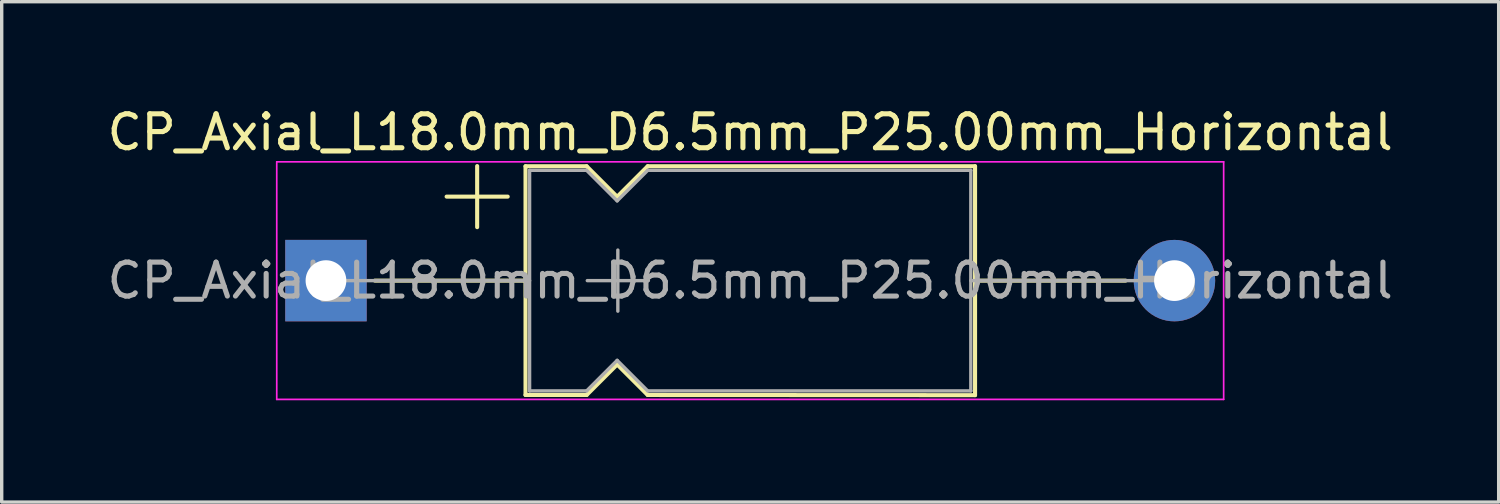
<source format=kicad_pcb>
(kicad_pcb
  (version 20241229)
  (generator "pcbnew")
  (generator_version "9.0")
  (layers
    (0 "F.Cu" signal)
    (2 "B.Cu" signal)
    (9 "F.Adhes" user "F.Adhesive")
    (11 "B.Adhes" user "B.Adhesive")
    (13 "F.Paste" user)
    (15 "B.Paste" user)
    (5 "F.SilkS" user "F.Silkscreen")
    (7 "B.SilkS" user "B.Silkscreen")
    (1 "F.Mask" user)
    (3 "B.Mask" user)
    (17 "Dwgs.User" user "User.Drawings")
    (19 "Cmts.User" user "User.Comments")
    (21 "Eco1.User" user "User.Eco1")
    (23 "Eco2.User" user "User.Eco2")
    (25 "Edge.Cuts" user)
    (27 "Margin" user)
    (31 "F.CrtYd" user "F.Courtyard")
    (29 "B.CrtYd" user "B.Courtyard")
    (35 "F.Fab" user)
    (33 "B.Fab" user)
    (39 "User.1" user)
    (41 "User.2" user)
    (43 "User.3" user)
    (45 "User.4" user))
  (footprint "CP_Axial_L18.0mm_D6.5mm_P25.00mm_Horizontal"
    (layer "F.Cu")
    (at 6.554 5.218)
    (property "Reference" "CP_Axial_L18.0mm_D6.5mm_P25.00mm_Horizontal" (at 12.5 -4.37 0) (layer "F.SilkS") (effects (font (size 1 1) (thickness 0.15))))
    (attr through_hole)
    (fp_line (start 1.44 0) (end 5.875 0) (stroke (width 0.12) (type solid)) (layer "F.SilkS"))
    (fp_line (start 3.555 -2.475) (end 5.355 -2.475) (stroke (width 0.12) (type solid)) (layer "F.SilkS"))
    (fp_line (start 4.455 -3.375) (end 4.455 -1.575) (stroke (width 0.12) (type solid)) (layer "F.SilkS"))
    (fp_line (start 5.88 -3.37) (end 5.88 3.37) (stroke (width 0.12) (type solid)) (layer "F.SilkS"))
    (fp_line (start 5.88 -3.37) (end 7.68 -3.37) (stroke (width 0.12) (type solid)) (layer "F.SilkS"))
    (fp_line (start 5.88 3.37) (end 7.68 3.37) (stroke (width 0.12) (type solid)) (layer "F.SilkS"))
    (fp_line (start 7.68 -3.37) (end 8.58 -2.47) (stroke (width 0.12) (type solid)) (layer "F.SilkS"))
    (fp_line (start 7.68 3.37) (end 8.58 2.47) (stroke (width 0.12) (type solid)) (layer "F.SilkS"))
    (fp_line (start 8.58 -2.47) (end 9.48 -3.37) (stroke (width 0.12) (type solid)) (layer "F.SilkS"))
    (fp_line (start 8.58 2.47) (end 9.48 3.37) (stroke (width 0.12) (type solid)) (layer "F.SilkS"))
    (fp_line (start 9.48 -3.37) (end 19.125 -3.37) (stroke (width 0.12) (type solid)) (layer "F.SilkS"))
    (fp_line (start 9.48 3.37) (end 19.125 3.375) (stroke (width 0.12) (type solid)) (layer "F.SilkS"))
    (fp_line (start 19.125 -3.37) (end 19.125 3.375) (stroke (width 0.12) (type solid)) (layer "F.SilkS"))
    (fp_line (start 23.56 0) (end 19.15 0) (stroke (width 0.12) (type solid)) (layer "F.SilkS"))
    (fp_line (start -1.45 -3.5) (end -1.45 3.5) (stroke (width 0.05) (type solid)) (layer "F.CrtYd"))
    (fp_line (start -1.45 3.5) (end 26.45 3.5) (stroke (width 0.05) (type solid)) (layer "F.CrtYd"))
    (fp_line (start 26.45 -3.5) (end -1.45 -3.5) (stroke (width 0.05) (type solid)) (layer "F.CrtYd"))
    (fp_line (start 26.45 3.5) (end 26.45 -3.5) (stroke (width 0.05) (type solid)) (layer "F.CrtYd"))
    (fp_line (start 0 0) (end 6 0) (stroke (width 0.1) (type solid)) (layer "F.Fab"))
    (fp_line (start 6 -3.25) (end 6 3.25) (stroke (width 0.1) (type solid)) (layer "F.Fab"))
    (fp_line (start 6 -3.25) (end 7.68 -3.25) (stroke (width 0.1) (type solid)) (layer "F.Fab"))
    (fp_line (start 6 3.25) (end 7.68 3.25) (stroke (width 0.1) (type solid)) (layer "F.Fab"))
    (fp_line (start 7.68 -3.25) (end 8.58 -2.35) (stroke (width 0.1) (type solid)) (layer "F.Fab"))
    (fp_line (start 7.68 3.25) (end 8.58 2.35) (stroke (width 0.1) (type solid)) (layer "F.Fab"))
    (fp_line (start 7.7 0) (end 9.5 0) (stroke (width 0.1) (type solid)) (layer "F.Fab"))
    (fp_line (start 8.58 -2.35) (end 9.48 -3.25) (stroke (width 0.1) (type solid)) (layer "F.Fab"))
    (fp_line (start 8.58 2.35) (end 9.48 3.25) (stroke (width 0.1) (type solid)) (layer "F.Fab"))
    (fp_line (start 8.6 -0.9) (end 8.6 0.9) (stroke (width 0.1) (type solid)) (layer "F.Fab"))
    (fp_line (start 9.48 -3.25) (end 19 -3.25) (stroke (width 0.1) (type solid)) (layer "F.Fab"))
    (fp_line (start 9.48 3.25) (end 19 3.25) (stroke (width 0.1) (type solid)) (layer "F.Fab"))
    (fp_line (start 19 -3.25) (end 19 3.25) (stroke (width 0.1) (type solid)) (layer "F.Fab"))
    (fp_line (start 25 0) (end 19 0) (stroke (width 0.1) (type solid)) (layer "F.Fab"))
    (fp_text user "${REFERENCE}" (at 12.5 0 0) (layer "F.Fab") (effects (font (size 1 1) (thickness 0.15))))
    (pad "1" thru_hole rect (at 0 0) (size 2.4 2.4) (drill 1.2) (layers "*.Cu" "*.Mask"))
    (pad "2" thru_hole oval (at 25 0) (size 2.4 2.4) (drill 1.2) (layers "*.Cu" "*.Mask")))
  (gr_rect
    (start -3 -3)
    (end 41.107 11.743)
    (stroke (width 0.1) (type default))
    (fill no)
    (layer "Edge.Cuts")))
</source>
